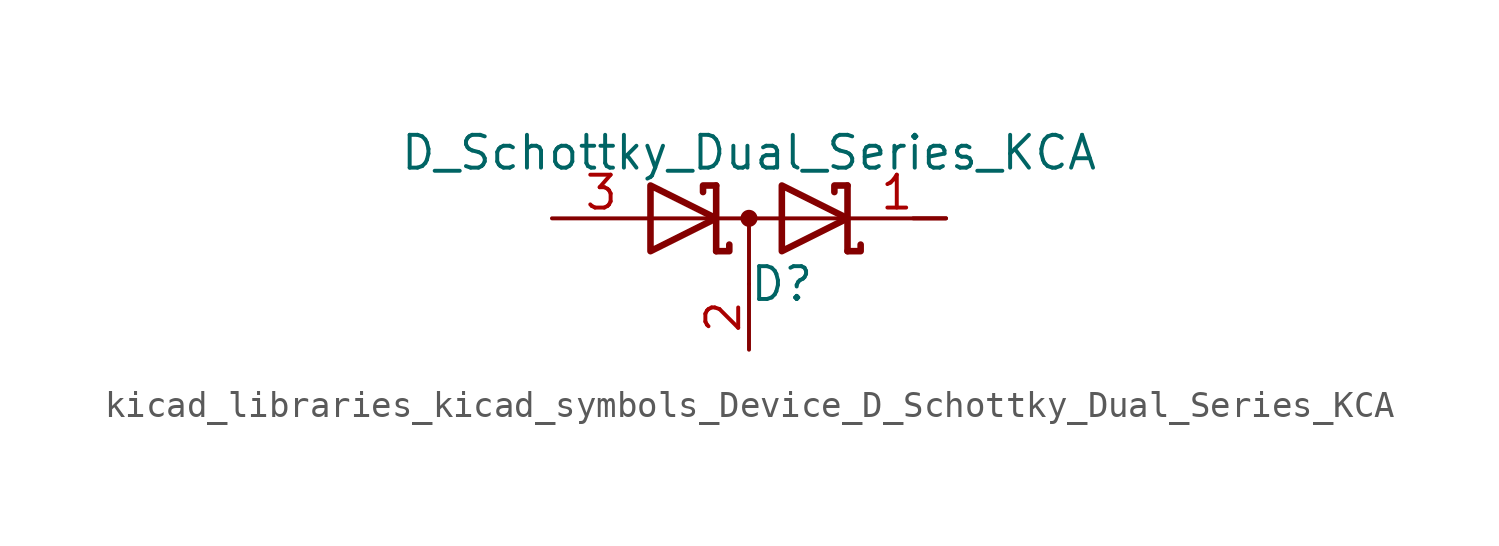
<source format=kicad_sym>
(kicad_symbol_lib
  (version 20220914)
  (generator kicad_symbol_editor)
  (symbol "kicad_libraries_kicad_symbols_Device_D_Schottky_Dual_Series_KCA"
    (pin_names
      (offset 0.762) hide)
    (property "Reference" "D"
      (at 1.27 -2.54 0)
      (effects (font (size 1.27 1.27))))
    (property "Value" "D_Schottky_Dual_Series_KCA"
      (at 0 2.54 0)
      (effects (font (size 1.27 1.27))))
    (symbol "kicad_libraries_kicad_symbols_Device_D_Schottky_Dual_Series_KCA_0_1"
      (polyline (pts (xy -3.81 0) (xy 3.81 0)) (stroke (width 0) (type default)) (fill (type none)))
      (polyline (pts (xy 0 0) (xy 0 -2.54)) (stroke (width 0) (type default)) (fill (type none)))
      (polyline (pts (xy 6.35 0) (xy 7.62 0)) (stroke (width 0) (type default)) (fill (type none)))
      (polyline (pts (xy -1.27 -1.27) (xy -1.27 1.27) (xy -1.27 1.27)) (stroke (width 0.254) (type default)) (fill (type none)))
      (polyline (pts (xy 3.81 1.27) (xy 3.81 -1.27) (xy 3.81 -1.27)) (stroke (width 0.254) (type default)) (fill (type none)))
      (polyline (pts (xy -1.27 -1.27) (xy -0.762 -1.27) (xy -0.762 -1.016) (xy -0.762 -1.016)) (stroke (width 0.254) (type default)) (fill (type none)))
      (polyline (pts (xy 3.81 -1.27) (xy 4.318 -1.27) (xy 4.318 -1.016) (xy 4.318 -1.016)) (stroke (width 0.254) (type default)) (fill (type none)))
      (polyline (pts (xy 3.81 1.27) (xy 3.302 1.27) (xy 3.302 1.016) (xy 3.302 1.016)) (stroke (width 0.254) (type default)) (fill (type none)))
      (polyline (pts (xy -1.778 1.016) (xy -1.778 1.27) (xy -1.27 1.27) (xy -1.27 1.27) (xy -1.27 1.27)) (stroke (width 0.254) (type default)) (fill (type none)))
      (polyline (pts (xy -3.81 1.27) (xy -1.27 0) (xy -3.81 -1.27) (xy -3.81 1.27) (xy -3.81 1.27) (xy -3.81 1.27)) (stroke (width 0.254) (type default)) (fill (type none)))
      (polyline (pts (xy 1.27 1.27) (xy 3.81 0) (xy 1.27 -1.27) (xy 1.27 1.27) (xy 1.27 1.27) (xy 1.27 1.27)) (stroke (width 0.254) (type default)) (fill (type none)))
      (circle (center 0 0) (radius 0.254) (stroke (width 0) (type default)) (fill (type outline)))
      (pin passive line (at 7.62 0 180) (length 3.81) (name "K" (effects (font (size 1.27 1.27)))) (number "1" (effects (font (size 1.27 1.27)))))
      (pin passive line (at 0 -5.08 90) (length 2.54) (name "common" (effects (font (size 1.27 1.27)))) (number "2" (effects (font (size 1.27 1.27)))))
      (pin passive line (at -7.62 0 0) (length 3.81) (name "A" (effects (font (size 1.27 1.27)))) (number "3" (effects (font (size 1.27 1.27))))))))
</source>
